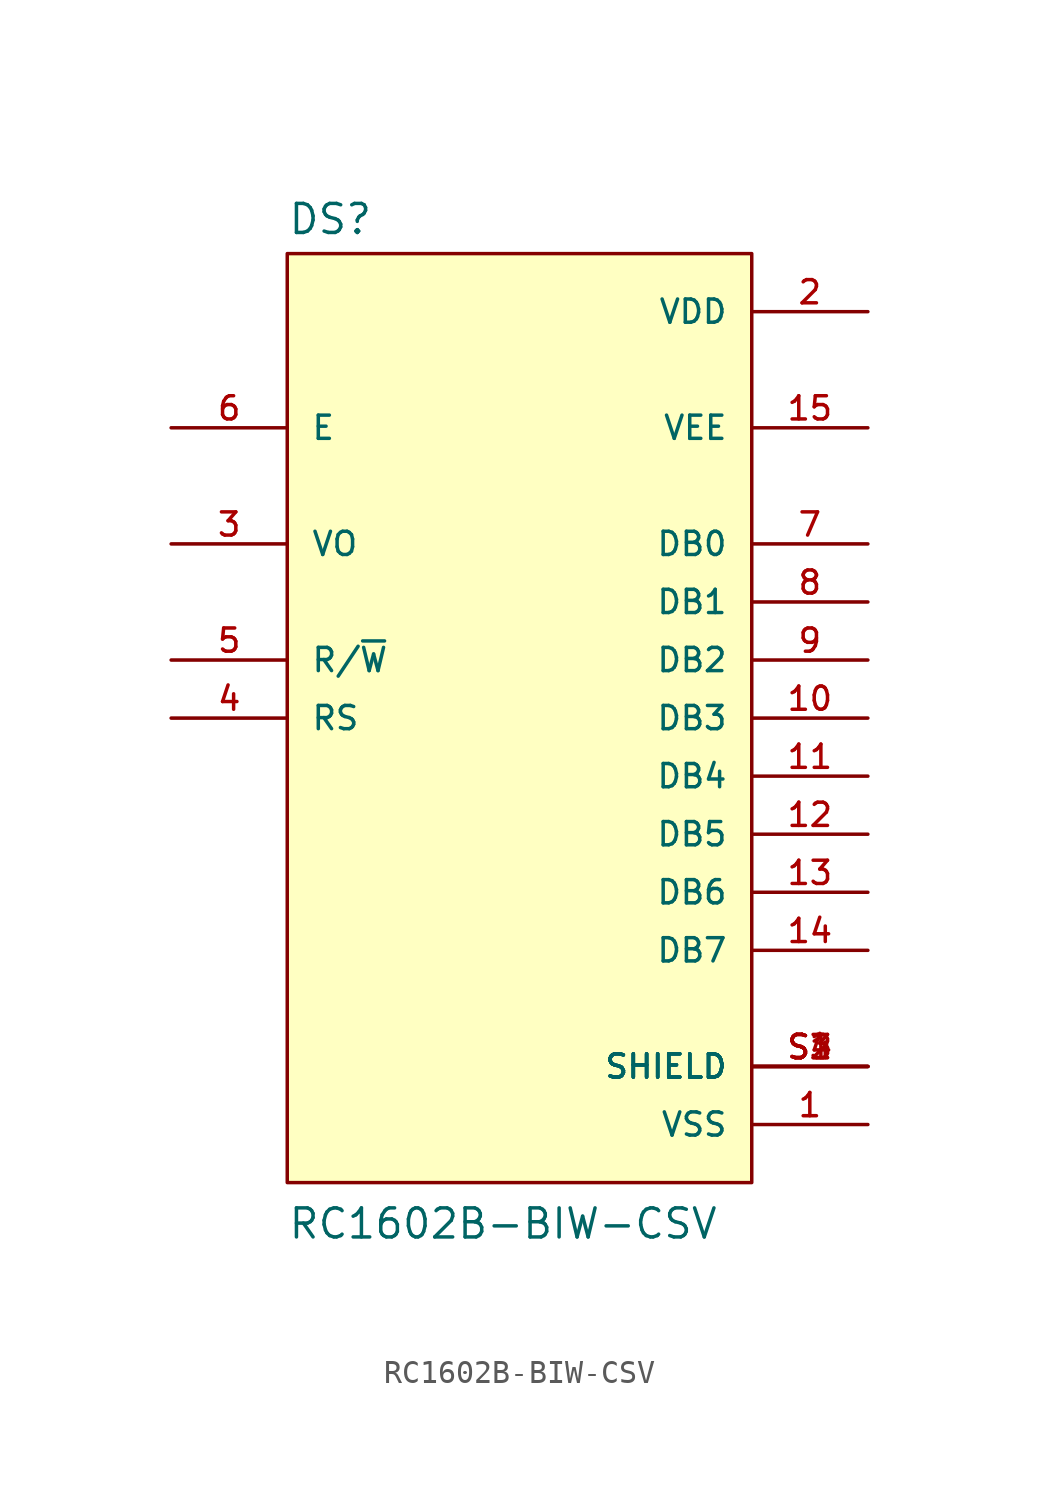
<source format=kicad_sym>
(kicad_symbol_lib
  (version 20211014)
  (generator kicad_symbol_editor)
  (symbol "RC1602B-BIW-CSV"
    (pin_names
      (offset 1.016))
    (property "Reference" "DS"
      (at -10.16 21.082 0)
      (effects (font (size 1.27 1.27)) (justify bottom left)))
    (property "Value" "RC1602B-BIW-CSV"
      (at -10.16 -22.86 0)
      (effects (font (size 1.27 1.27)) (justify bottom left)))
    (symbol "RC1602B-BIW-CSV_0_0"
      (rectangle (start -10.16 -20.32) (end 10.16 20.32) (stroke (width 0.152)) (fill (type background)))
      (pin power_in line (at 15.24 -17.78 180.0) (length 5.08) (name "VSS" (effects (font (size 1.016 1.016)))) (number "1" (effects (font (size 1.016 1.016)))))
      (pin power_in line (at 15.24 17.78 180.0) (length 5.08) (name "VDD" (effects (font (size 1.016 1.016)))) (number "2" (effects (font (size 1.016 1.016)))))
      (pin input line (at -15.24 7.62 0) (length 5.08) (name "VO" (effects (font (size 1.016 1.016)))) (number "3" (effects (font (size 1.016 1.016)))))
      (pin bidirectional line (at -15.24 0.0 0) (length 5.08) (name "RS" (effects (font (size 1.016 1.016)))) (number "4" (effects (font (size 1.016 1.016)))))
      (pin bidirectional line (at -15.24 2.54 0) (length 5.08) (name "R/~{W}" (effects (font (size 1.016 1.016)))) (number "5" (effects (font (size 1.016 1.016)))))
      (pin bidirectional line (at 15.24 7.62 180.0) (length 5.08) (name "DB0" (effects (font (size 1.016 1.016)))) (number "7" (effects (font (size 1.016 1.016)))))
      (pin input line (at -15.24 12.7 0) (length 5.08) (name "E" (effects (font (size 1.016 1.016)))) (number "6" (effects (font (size 1.016 1.016)))))
      (pin output line (at 15.24 12.7 180.0) (length 5.08) (name "VEE" (effects (font (size 1.016 1.016)))) (number "15" (effects (font (size 1.016 1.016)))))
      (pin bidirectional line (at 15.24 5.08 180.0) (length 5.08) (name "DB1" (effects (font (size 1.016 1.016)))) (number "8" (effects (font (size 1.016 1.016)))))
      (pin bidirectional line (at 15.24 2.54 180.0) (length 5.08) (name "DB2" (effects (font (size 1.016 1.016)))) (number "9" (effects (font (size 1.016 1.016)))))
      (pin bidirectional line (at 15.24 0.0 180.0) (length 5.08) (name "DB3" (effects (font (size 1.016 1.016)))) (number "10" (effects (font (size 1.016 1.016)))))
      (pin bidirectional line (at 15.24 -2.54 180.0) (length 5.08) (name "DB4" (effects (font (size 1.016 1.016)))) (number "11" (effects (font (size 1.016 1.016)))))
      (pin bidirectional line (at 15.24 -5.08 180.0) (length 5.08) (name "DB5" (effects (font (size 1.016 1.016)))) (number "12" (effects (font (size 1.016 1.016)))))
      (pin bidirectional line (at 15.24 -7.62 180.0) (length 5.08) (name "DB6" (effects (font (size 1.016 1.016)))) (number "13" (effects (font (size 1.016 1.016)))))
      (pin bidirectional line (at 15.24 -10.16 180.0) (length 5.08) (name "DB7" (effects (font (size 1.016 1.016)))) (number "14" (effects (font (size 1.016 1.016)))))
      (pin passive line (at 15.24 -15.24 180.0) (length 5.08) (name "SHIELD" (effects (font (size 1.016 1.016)))) (number "S1" (effects (font (size 1.016 1.016)))))
      (pin passive line (at 15.24 -15.24 180.0) (length 5.08) (name "SHIELD" (effects (font (size 1.016 1.016)))) (number "S2" (effects (font (size 1.016 1.016)))))
      (pin passive line (at 15.24 -15.24 180.0) (length 5.08) (name "SHIELD" (effects (font (size 1.016 1.016)))) (number "S3" (effects (font (size 1.016 1.016)))))
      (pin passive line (at 15.24 -15.24 180.0) (length 5.08) (name "SHIELD" (effects (font (size 1.016 1.016)))) (number "S4" (effects (font (size 1.016 1.016))))))))
</source>
